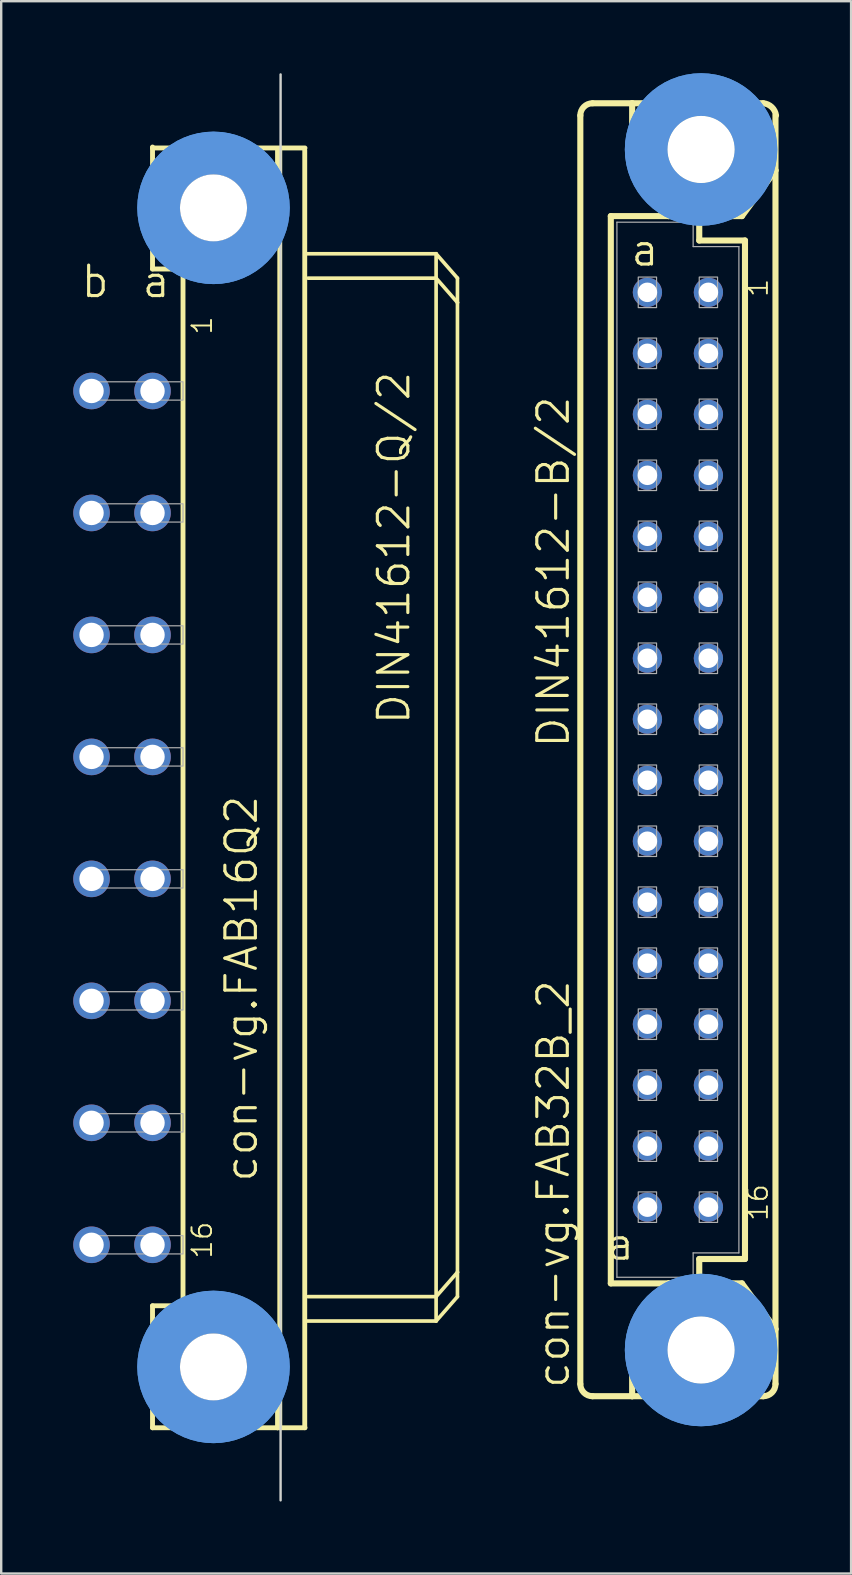
<source format=kicad_pcb>
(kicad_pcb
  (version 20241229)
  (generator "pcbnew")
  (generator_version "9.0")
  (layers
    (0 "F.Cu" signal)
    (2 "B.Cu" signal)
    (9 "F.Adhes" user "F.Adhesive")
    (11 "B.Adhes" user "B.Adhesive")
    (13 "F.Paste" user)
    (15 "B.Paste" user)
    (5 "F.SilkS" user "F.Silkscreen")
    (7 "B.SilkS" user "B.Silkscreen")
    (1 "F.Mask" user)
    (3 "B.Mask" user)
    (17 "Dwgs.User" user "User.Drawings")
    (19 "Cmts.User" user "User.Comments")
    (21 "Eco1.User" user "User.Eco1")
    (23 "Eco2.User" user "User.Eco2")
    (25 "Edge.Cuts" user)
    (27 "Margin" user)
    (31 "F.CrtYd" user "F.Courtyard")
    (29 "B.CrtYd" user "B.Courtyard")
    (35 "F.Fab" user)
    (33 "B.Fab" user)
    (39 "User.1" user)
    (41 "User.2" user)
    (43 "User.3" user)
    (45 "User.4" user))
  (footprint "con-vg.FAB32B_2"
    (layer "F.Cu")
    (at 25.183 28.175)
    (property "Reference" "con-vg.FAB32B_2" (at -4.445 26.67 90) (layer "F.SilkS") (effects (font (size 1.27 1.27) (thickness 0.13)) (justify left bottom)))
    (attr through_hole)
    (fp_line (start -4.064 26.416) (end -4.064 -26.416) (stroke (width 0.254) (type default)) (layer "F.SilkS"))
    (fp_line (start -3.556 26.924) (end -1.905 26.924) (stroke (width 0.254) (type default)) (layer "F.SilkS"))
    (fp_line (start -2.794 22.225) (end -2.794 -22.225) (stroke (width 0.254) (type default)) (layer "F.SilkS"))
    (fp_line (start -1.905 -26.924) (end -3.556 -26.924) (stroke (width 0.254) (type default)) (layer "F.SilkS"))
    (fp_line (start -1.905 -26.924) (end -1.905 -24.13) (stroke (width 0.254) (type default)) (layer "F.SilkS"))
    (fp_line (start -1.905 26.924) (end -1.905 24.13) (stroke (width 0.254) (type default)) (layer "F.SilkS"))
    (fp_line (start -1.905 26.924) (end 3.556 26.924) (stroke (width 0.254) (type default)) (layer "F.SilkS"))
    (fp_line (start -0.381 -22.225) (end -2.794 -22.225) (stroke (width 0.254) (type default)) (layer "F.SilkS"))
    (fp_line (start -0.381 -22.225) (end -1.905 -24.13) (stroke (width 0.254) (type default)) (layer "F.SilkS"))
    (fp_line (start -0.381 -22.225) (end 0.889 -22.225) (stroke (width 0.254) (type default)) (layer "F.SilkS"))
    (fp_line (start -0.381 22.225) (end -2.794 22.225) (stroke (width 0.254) (type default)) (layer "F.SilkS"))
    (fp_line (start -0.381 22.225) (end -1.905 24.13) (stroke (width 0.254) (type default)) (layer "F.SilkS"))
    (fp_line (start 0.889 -22.225) (end 2.667 -22.225) (stroke (width 0.254) (type default)) (layer "F.SilkS"))
    (fp_line (start 0.889 -21.209) (end 0.889 -22.225) (stroke (width 0.254) (type default)) (layer "F.SilkS"))
    (fp_line (start 0.889 21.209) (end 2.794 21.209) (stroke (width 0.254) (type default)) (layer "F.SilkS"))
    (fp_line (start 0.889 22.225) (end -0.381 22.225) (stroke (width 0.254) (type default)) (layer "F.SilkS"))
    (fp_line (start 0.889 22.225) (end 0.889 21.209) (stroke (width 0.254) (type default)) (layer "F.SilkS"))
    (fp_line (start 0.889 22.225) (end 2.667 22.225) (stroke (width 0.254) (type default)) (layer "F.SilkS"))
    (fp_line (start 2.667 -22.225) (end 4.064 -24.13) (stroke (width 0.254) (type default)) (layer "F.SilkS"))
    (fp_line (start 2.667 22.225) (end 4.064 24.13) (stroke (width 0.254) (type default)) (layer "F.SilkS"))
    (fp_line (start 2.794 -21.209) (end 0.889 -21.209) (stroke (width 0.254) (type default)) (layer "F.SilkS"))
    (fp_line (start 2.794 21.209) (end 2.794 -21.209) (stroke (width 0.254) (type default)) (layer "F.SilkS"))
    (fp_line (start 3.556 -26.924) (end -1.905 -26.924) (stroke (width 0.254) (type default)) (layer "F.SilkS"))
    (fp_line (start 4.064 -24.13) (end 4.064 -26.416) (stroke (width 0.254) (type default)) (layer "F.SilkS"))
    (fp_line (start 4.064 -24.13) (end 4.064 24.13) (stroke (width 0.254) (type default)) (layer "F.SilkS"))
    (fp_line (start 4.064 26.416) (end 4.064 24.13) (stroke (width 0.254) (type default)) (layer "F.SilkS"))
    (fp_arc (start -4.064 -26.416) (mid -3.91521 -26.77521) (end -3.556 -26.924) (stroke (width 0.254) (type default)) (layer "F.SilkS"))
    (fp_arc (start -3.556 26.924) (mid -3.91521 26.77521) (end -4.064 26.416) (stroke (width 0.254) (type default)) (layer "F.SilkS"))
    (fp_arc (start 3.556 -26.924) (mid 3.909437 -26.764315) (end 4.086 -26.419) (stroke (width 0.254) (type default)) (layer "F.SilkS"))
    (fp_arc (start 4.064 26.416) (mid 3.91521 26.77521) (end 3.556 26.924) (stroke (width 0.254) (type default)) (layer "F.SilkS"))
    (fp_circle (center 0.965 -25) (end 2.235 -25) (stroke (width 0.254) (type default)) (fill no) (layer "F.SilkS"))
    (fp_circle (center 0.965 25) (end 2.235 25) (stroke (width 0.254) (type default)) (fill no) (layer "F.SilkS"))
    (fp_circle (center 0.965 -25) (end 3.251 -25) (stroke (width 1.778) (type default)) (fill no) (layer "Cmts.User"))
    (fp_circle (center 0.965 -25) (end 3.251 -25) (stroke (width 1.778) (type default)) (fill no) (layer "Cmts.User"))
    (fp_circle (center 0.965 25) (end 3.251 25) (stroke (width 1.778) (type default)) (fill no) (layer "Cmts.User"))
    (fp_circle (center 0.965 25) (end 3.251 25) (stroke (width 1.778) (type default)) (fill no) (layer "Cmts.User"))
    (fp_line (start -2.54 -21.971) (end -2.54 21.971) (stroke (width 0.051) (type default)) (layer "F.Fab"))
    (fp_line (start 0.635 -21.971) (end -2.54 -21.971) (stroke (width 0.051) (type default)) (layer "F.Fab"))
    (fp_line (start 0.635 -20.955) (end 0.635 -21.971) (stroke (width 0.051) (type default)) (layer "F.Fab"))
    (fp_line (start 0.635 20.955) (end 0.635 21.971) (stroke (width 0.051) (type default)) (layer "F.Fab"))
    (fp_line (start 0.635 20.955) (end 2.54 20.955) (stroke (width 0.051) (type default)) (layer "F.Fab"))
    (fp_line (start 0.635 21.971) (end -2.54 21.971) (stroke (width 0.051) (type default)) (layer "F.Fab"))
    (fp_line (start 2.54 -20.955) (end 0.635 -20.955) (stroke (width 0.051) (type default)) (layer "F.Fab"))
    (fp_line (start 2.54 20.955) (end 2.54 -20.955) (stroke (width 0.051) (type default)) (layer "F.Fab"))
    (fp_rect (start -1.651 -18.415) (end -0.889 -19.685) (stroke (width 0.05) (type default)) (fill no) (layer "F.Fab"))
    (fp_rect (start -1.651 -15.875) (end -0.889 -17.145) (stroke (width 0.05) (type default)) (fill no) (layer "F.Fab"))
    (fp_rect (start -1.651 -13.335) (end -0.889 -14.605) (stroke (width 0.05) (type default)) (fill no) (layer "F.Fab"))
    (fp_rect (start -1.651 -10.795) (end -0.889 -12.065) (stroke (width 0.05) (type default)) (fill no) (layer "F.Fab"))
    (fp_rect (start -1.651 -8.255) (end -0.889 -9.525) (stroke (width 0.05) (type default)) (fill no) (layer "F.Fab"))
    (fp_rect (start -1.651 -5.715) (end -0.889 -6.985) (stroke (width 0.05) (type default)) (fill no) (layer "F.Fab"))
    (fp_rect (start -1.651 -3.175) (end -0.889 -4.445) (stroke (width 0.05) (type default)) (fill no) (layer "F.Fab"))
    (fp_rect (start -1.651 -0.635) (end -0.889 -1.905) (stroke (width 0.05) (type default)) (fill no) (layer "F.Fab"))
    (fp_rect (start -1.651 1.905) (end -0.889 0.635) (stroke (width 0.05) (type default)) (fill no) (layer "F.Fab"))
    (fp_rect (start -1.651 4.445) (end -0.889 3.175) (stroke (width 0.05) (type default)) (fill no) (layer "F.Fab"))
    (fp_rect (start -1.651 6.985) (end -0.889 5.715) (stroke (width 0.05) (type default)) (fill no) (layer "F.Fab"))
    (fp_rect (start -1.651 9.525) (end -0.889 8.255) (stroke (width 0.05) (type default)) (fill no) (layer "F.Fab"))
    (fp_rect (start -1.651 12.065) (end -0.889 10.795) (stroke (width 0.05) (type default)) (fill no) (layer "F.Fab"))
    (fp_rect (start -1.651 14.605) (end -0.889 13.335) (stroke (width 0.05) (type default)) (fill no) (layer "F.Fab"))
    (fp_rect (start -1.651 17.145) (end -0.889 15.875) (stroke (width 0.05) (type default)) (fill no) (layer "F.Fab"))
    (fp_rect (start -1.651 19.685) (end -0.889 18.415) (stroke (width 0.05) (type default)) (fill no) (layer "F.Fab"))
    (fp_rect (start 0.889 -18.415) (end 1.651 -19.685) (stroke (width 0.05) (type default)) (fill no) (layer "F.Fab"))
    (fp_rect (start 0.889 -15.875) (end 1.651 -17.145) (stroke (width 0.05) (type default)) (fill no) (layer "F.Fab"))
    (fp_rect (start 0.889 -13.335) (end 1.651 -14.605) (stroke (width 0.05) (type default)) (fill no) (layer "F.Fab"))
    (fp_rect (start 0.889 -10.795) (end 1.651 -12.065) (stroke (width 0.05) (type default)) (fill no) (layer "F.Fab"))
    (fp_rect (start 0.889 -8.255) (end 1.651 -9.525) (stroke (width 0.05) (type default)) (fill no) (layer "F.Fab"))
    (fp_rect (start 0.889 -5.715) (end 1.651 -6.985) (stroke (width 0.05) (type default)) (fill no) (layer "F.Fab"))
    (fp_rect (start 0.889 -3.175) (end 1.651 -4.445) (stroke (width 0.05) (type default)) (fill no) (layer "F.Fab"))
    (fp_rect (start 0.889 -0.635) (end 1.651 -1.905) (stroke (width 0.05) (type default)) (fill no) (layer "F.Fab"))
    (fp_rect (start 0.889 1.905) (end 1.651 0.635) (stroke (width 0.05) (type default)) (fill no) (layer "F.Fab"))
    (fp_rect (start 0.889 4.445) (end 1.651 3.175) (stroke (width 0.05) (type default)) (fill no) (layer "F.Fab"))
    (fp_rect (start 0.889 6.985) (end 1.651 5.715) (stroke (width 0.05) (type default)) (fill no) (layer "F.Fab"))
    (fp_rect (start 0.889 9.525) (end 1.651 8.255) (stroke (width 0.05) (type default)) (fill no) (layer "F.Fab"))
    (fp_rect (start 0.889 12.065) (end 1.651 10.795) (stroke (width 0.05) (type default)) (fill no) (layer "F.Fab"))
    (fp_rect (start 0.889 14.605) (end 1.651 13.335) (stroke (width 0.05) (type default)) (fill no) (layer "F.Fab"))
    (fp_rect (start 0.889 17.145) (end 1.651 15.875) (stroke (width 0.05) (type default)) (fill no) (layer "F.Fab"))
    (fp_rect (start 0.889 19.685) (end 1.651 18.415) (stroke (width 0.05) (type default)) (fill no) (layer "F.Fab"))
    (fp_text user "a " (at -3.051 21.336 0) (layer "F.SilkS") (effects (font (size 1.27 1.27) (thickness 0.13)) (justify left bottom)))
    (fp_text user "16" (at 3.81 19.685 90) (layer "F.SilkS") (effects (font (size 0.813 0.813) (thickness 0.08)) (justify left bottom)))
    (fp_text user "1" (at 3.81 -18.796 90) (layer "F.SilkS") (effects (font (size 0.813 0.813) (thickness 0.08)) (justify left bottom)))
    (fp_text user "a" (at -2.032 -20.066 0) (layer "F.SilkS") (effects (font (size 1.27 1.27) (thickness 0.13)) (justify left bottom)))
    (fp_text user "DIN41612-B/2" (at -4.445 0 90) (layer "F.SilkS") (effects (font (size 1.27 1.27) (thickness 0.13)) (justify left bottom)))
    (pad "" np_thru_hole circle (at 0.965 -25) (size 2.794 2.794) (drill 2.794) (layers "*.Cu" "*.Mask"))
    (pad "" np_thru_hole circle (at 0.965 25) (size 2.794 2.794) (drill 2.794) (layers "*.Cu" "*.Mask"))
    (pad "A1" thru_hole circle (at -1.27 -19.05) (size 1.219 1.219) (drill 0.813) (layers "*.Cu" "*.Mask"))
    (pad "A2" thru_hole circle (at -1.27 -16.51) (size 1.219 1.219) (drill 0.813) (layers "*.Cu" "*.Mask"))
    (pad "A3" thru_hole circle (at -1.27 -13.97) (size 1.219 1.219) (drill 0.813) (layers "*.Cu" "*.Mask"))
    (pad "A4" thru_hole circle (at -1.27 -11.43) (size 1.219 1.219) (drill 0.813) (layers "*.Cu" "*.Mask"))
    (pad "A5" thru_hole circle (at -1.27 -8.89) (size 1.219 1.219) (drill 0.813) (layers "*.Cu" "*.Mask"))
    (pad "A6" thru_hole circle (at -1.27 -6.35) (size 1.219 1.219) (drill 0.813) (layers "*.Cu" "*.Mask"))
    (pad "A7" thru_hole circle (at -1.27 -3.81) (size 1.219 1.219) (drill 0.813) (layers "*.Cu" "*.Mask"))
    (pad "A8" thru_hole circle (at -1.27 -1.27) (size 1.219 1.219) (drill 0.813) (layers "*.Cu" "*.Mask"))
    (pad "A9" thru_hole circle (at -1.27 1.27) (size 1.219 1.219) (drill 0.813) (layers "*.Cu" "*.Mask"))
    (pad "A10" thru_hole circle (at -1.27 3.81) (size 1.219 1.219) (drill 0.813) (layers "*.Cu" "*.Mask"))
    (pad "A11" thru_hole circle (at -1.27 6.35) (size 1.219 1.219) (drill 0.813) (layers "*.Cu" "*.Mask"))
    (pad "A12" thru_hole circle (at -1.27 8.89) (size 1.219 1.219) (drill 0.813) (layers "*.Cu" "*.Mask"))
    (pad "A13" thru_hole circle (at -1.27 11.43) (size 1.219 1.219) (drill 0.813) (layers "*.Cu" "*.Mask"))
    (pad "A14" thru_hole circle (at -1.27 13.97) (size 1.219 1.219) (drill 0.813) (layers "*.Cu" "*.Mask"))
    (pad "A15" thru_hole circle (at -1.27 16.51) (size 1.219 1.219) (drill 0.813) (layers "*.Cu" "*.Mask"))
    (pad "A16" thru_hole circle (at -1.27 19.05) (size 1.219 1.219) (drill 0.813) (layers "*.Cu" "*.Mask"))
    (pad "B1" thru_hole circle (at 1.27 -19.05) (size 1.219 1.219) (drill 0.813) (layers "*.Cu" "*.Mask"))
    (pad "B2" thru_hole circle (at 1.27 -16.51) (size 1.219 1.219) (drill 0.813) (layers "*.Cu" "*.Mask"))
    (pad "B3" thru_hole circle (at 1.27 -13.97) (size 1.219 1.219) (drill 0.813) (layers "*.Cu" "*.Mask"))
    (pad "B4" thru_hole circle (at 1.27 -11.43) (size 1.219 1.219) (drill 0.813) (layers "*.Cu" "*.Mask"))
    (pad "B5" thru_hole circle (at 1.27 -8.89) (size 1.219 1.219) (drill 0.813) (layers "*.Cu" "*.Mask"))
    (pad "B6" thru_hole circle (at 1.27 -6.35) (size 1.219 1.219) (drill 0.813) (layers "*.Cu" "*.Mask"))
    (pad "B7" thru_hole circle (at 1.27 -3.81) (size 1.219 1.219) (drill 0.813) (layers "*.Cu" "*.Mask"))
    (pad "B8" thru_hole circle (at 1.27 -1.27) (size 1.219 1.219) (drill 0.813) (layers "*.Cu" "*.Mask"))
    (pad "B9" thru_hole circle (at 1.27 1.27) (size 1.219 1.219) (drill 0.813) (layers "*.Cu" "*.Mask"))
    (pad "B10" thru_hole circle (at 1.27 3.81) (size 1.219 1.219) (drill 0.813) (layers "*.Cu" "*.Mask"))
    (pad "B11" thru_hole circle (at 1.27 6.35) (size 1.219 1.219) (drill 0.813) (layers "*.Cu" "*.Mask"))
    (pad "B12" thru_hole circle (at 1.27 8.89) (size 1.219 1.219) (drill 0.813) (layers "*.Cu" "*.Mask"))
    (pad "B13" thru_hole circle (at 1.27 11.43) (size 1.219 1.219) (drill 0.813) (layers "*.Cu" "*.Mask"))
    (pad "B14" thru_hole circle (at 1.27 13.97) (size 1.219 1.219) (drill 0.813) (layers "*.Cu" "*.Mask"))
    (pad "B15" thru_hole circle (at 1.27 16.51) (size 1.219 1.219) (drill 0.813) (layers "*.Cu" "*.Mask"))
    (pad "B16" thru_hole circle (at 1.27 19.05) (size 1.219 1.219) (drill 0.813) (layers "*.Cu" "*.Mask")))
  (footprint "con-vg.FAB16Q2"
    (layer "F.Cu")
    (at 5.842 29.743)
    (property "Reference" "con-vg.FAB16Q2" (at 1.905 16.51 90) (layer "F.SilkS") (effects (font (size 1.27 1.27) (thickness 0.13)) (justify left bottom)))
    (attr through_hole)
    (fp_line (start -2.54 -26.67) (end -2.54 -26.63) (stroke (width 0.203) (type default)) (layer "F.SilkS"))
    (fp_line (start -2.54 -26.63) (end -2.54 -21.59) (stroke (width 0.203) (type default)) (layer "F.SilkS"))
    (fp_line (start -2.54 -26.63) (end 3.81 -26.63) (stroke (width 0.203) (type default)) (layer "F.SilkS"))
    (fp_line (start -2.54 -21.59) (end -1.27 -21.59) (stroke (width 0.203) (type default)) (layer "F.SilkS"))
    (fp_line (start -2.54 21.59) (end -1.27 21.59) (stroke (width 0.203) (type default)) (layer "F.SilkS"))
    (fp_line (start -2.54 26.67) (end -2.54 21.59) (stroke (width 0.203) (type default)) (layer "F.SilkS"))
    (fp_line (start -2.54 26.67) (end 2.667 26.67) (stroke (width 0.203) (type default)) (layer "F.SilkS"))
    (fp_line (start -1.27 -21.59) (end -1.27 21.59) (stroke (width 0.203) (type default)) (layer "F.SilkS"))
    (fp_line (start -1.27 -21.59) (end 1.27 -21.59) (stroke (width 0.203) (type default)) (layer "F.SilkS"))
    (fp_line (start -1.27 21.59) (end 1.27 21.59) (stroke (width 0.203) (type default)) (layer "F.SilkS"))
    (fp_line (start 1.27 -21.59) (end 2.667 -22.86) (stroke (width 0.203) (type default)) (layer "F.SilkS"))
    (fp_line (start 1.27 21.59) (end 2.667 22.86) (stroke (width 0.203) (type default)) (layer "F.SilkS"))
    (fp_line (start 2.667 -22.86) (end 2.667 -26.543) (stroke (width 0.203) (type default)) (layer "F.SilkS"))
    (fp_line (start 2.667 22.86) (end 2.667 26.67) (stroke (width 0.203) (type default)) (layer "F.SilkS"))
    (fp_line (start 2.667 26.67) (end 3.81 26.67) (stroke (width 0.203) (type default)) (layer "F.SilkS"))
    (fp_line (start 2.76 -26.54) (end 2.76 26.667) (stroke (width 0.203) (type default)) (layer "F.SilkS"))
    (fp_line (start 3.8 26.667) (end 3.8 -26.54) (stroke (width 0.203) (type default)) (layer "F.SilkS"))
    (fp_line (start 3.81 -22.225) (end 9.271 -22.225) (stroke (width 0.152) (type default)) (layer "F.SilkS"))
    (fp_line (start 3.937 21.209) (end 9.271 21.209) (stroke (width 0.152) (type default)) (layer "F.SilkS"))
    (fp_line (start 9.271 -21.209) (end 3.937 -21.209) (stroke (width 0.152) (type default)) (layer "F.SilkS"))
    (fp_line (start 9.271 -21.209) (end 9.271 -22.225) (stroke (width 0.152) (type default)) (layer "F.SilkS"))
    (fp_line (start 9.271 21.209) (end 9.271 -21.209) (stroke (width 0.152) (type default)) (layer "F.SilkS"))
    (fp_line (start 9.271 21.209) (end 10.16 20.193) (stroke (width 0.152) (type default)) (layer "F.SilkS"))
    (fp_line (start 9.271 22.225) (end 3.81 22.225) (stroke (width 0.152) (type default)) (layer "F.SilkS"))
    (fp_line (start 9.271 22.225) (end 9.271 21.209) (stroke (width 0.152) (type default)) (layer "F.SilkS"))
    (fp_line (start 9.271 22.225) (end 10.16 21.209) (stroke (width 0.152) (type default)) (layer "F.SilkS"))
    (fp_line (start 10.16 -21.209) (end 9.271 -22.225) (stroke (width 0.152) (type default)) (layer "F.SilkS"))
    (fp_line (start 10.16 -20.193) (end 9.271 -21.209) (stroke (width 0.152) (type default)) (layer "F.SilkS"))
    (fp_line (start 10.16 -20.193) (end 10.16 -21.209) (stroke (width 0.152) (type default)) (layer "F.SilkS"))
    (fp_line (start 10.16 20.193) (end 10.16 -20.193) (stroke (width 0.152) (type default)) (layer "F.SilkS"))
    (fp_line (start 10.16 21.209) (end 10.16 20.193) (stroke (width 0.152) (type default)) (layer "F.SilkS"))
    (fp_circle (center 0 -24.136) (end 1.27 -24.136) (stroke (width 0.152) (type default)) (fill no) (layer "F.SilkS"))
    (fp_circle (center 0 24.136) (end 1.27 24.136) (stroke (width 0.152) (type default)) (fill no) (layer "F.SilkS"))
    (fp_circle (center 0 -24.136) (end 2.286 -24.136) (stroke (width 1.778) (type default)) (fill no) (layer "Cmts.User"))
    (fp_circle (center 0 -24.136) (end 2.286 -24.136) (stroke (width 1.778) (type default)) (fill no) (layer "Cmts.User"))
    (fp_circle (center 0 24.136) (end 2.286 24.136) (stroke (width 1.778) (type default)) (fill no) (layer "Cmts.User"))
    (fp_circle (center 0 24.136) (end 2.286 24.136) (stroke (width 1.778) (type default)) (fill no) (layer "Cmts.User"))
    (fp_line (start 2.794 29.693) (end 2.794 -29.693) (stroke (width 0.1) (type default)) (layer "Edge.Cuts"))
    (fp_rect (start -5.334 -16.129) (end -1.27 -16.891) (stroke (width 0.05) (type default)) (fill no) (layer "F.Fab"))
    (fp_rect (start -5.334 -11.049) (end -1.27 -11.811) (stroke (width 0.05) (type default)) (fill no) (layer "F.Fab"))
    (fp_rect (start -5.334 -5.969) (end -1.27 -6.731) (stroke (width 0.05) (type default)) (fill no) (layer "F.Fab"))
    (fp_rect (start -5.334 -0.889) (end -1.27 -1.651) (stroke (width 0.05) (type default)) (fill no) (layer "F.Fab"))
    (fp_rect (start -5.334 4.191) (end -1.27 3.429) (stroke (width 0.05) (type default)) (fill no) (layer "F.Fab"))
    (fp_rect (start -5.334 9.271) (end -1.27 8.509) (stroke (width 0.05) (type default)) (fill no) (layer "F.Fab"))
    (fp_rect (start -5.334 14.351) (end -1.27 13.589) (stroke (width 0.05) (type default)) (fill no) (layer "F.Fab"))
    (fp_rect (start -5.334 19.431) (end -1.27 18.669) (stroke (width 0.05) (type default)) (fill no) (layer "F.Fab"))
    (fp_text user "b" (at -5.588 -20.32 0) (layer "F.SilkS") (effects (font (size 1.27 1.27) (thickness 0.13)) (justify left bottom)))
    (fp_text user "DIN41612-Q/2" (at 8.255 -2.54 90) (layer "F.SilkS") (effects (font (size 1.27 1.27) (thickness 0.13)) (justify left bottom)))
    (fp_text user "a" (at -3.048 -20.32 0) (layer "F.SilkS") (effects (font (size 1.27 1.27) (thickness 0.13)) (justify left bottom)))
    (fp_text user "16" (at 0 19.685 90) (layer "F.SilkS") (effects (font (size 0.813 0.813) (thickness 0.08)) (justify left bottom)))
    (fp_text user "1" (at 0 -18.796 90) (layer "F.SilkS") (effects (font (size 0.813 0.813) (thickness 0.08)) (justify left bottom)))
    (pad "" np_thru_hole circle (at 0 -24.136) (size 2.794 2.794) (drill 2.794) (layers "*.Cu" "*.Mask"))
    (pad "" np_thru_hole circle (at 0 24.136) (size 2.794 2.794) (drill 2.794) (layers "*.Cu" "*.Mask"))
    (pad "A2" thru_hole circle (at -2.54 -16.51) (size 1.524 1.524) (drill 1.016) (layers "*.Cu" "*.Mask"))
    (pad "A4" thru_hole circle (at -2.54 -11.43) (size 1.524 1.524) (drill 1.016) (layers "*.Cu" "*.Mask"))
    (pad "A6" thru_hole circle (at -2.54 -6.35) (size 1.524 1.524) (drill 1.016) (layers "*.Cu" "*.Mask"))
    (pad "A8" thru_hole circle (at -2.54 -1.27) (size 1.524 1.524) (drill 1.016) (layers "*.Cu" "*.Mask"))
    (pad "A10" thru_hole circle (at -2.54 3.81) (size 1.524 1.524) (drill 1.016) (layers "*.Cu" "*.Mask"))
    (pad "A12" thru_hole circle (at -2.54 8.89) (size 1.524 1.524) (drill 1.016) (layers "*.Cu" "*.Mask"))
    (pad "A14" thru_hole circle (at -2.54 13.97) (size 1.524 1.524) (drill 1.016) (layers "*.Cu" "*.Mask"))
    (pad "A16" thru_hole circle (at -2.54 19.05) (size 1.524 1.524) (drill 1.016) (layers "*.Cu" "*.Mask"))
    (pad "B2" thru_hole circle (at -5.08 -16.51) (size 1.524 1.524) (drill 1.016) (layers "*.Cu" "*.Mask"))
    (pad "B4" thru_hole circle (at -5.08 -11.43) (size 1.524 1.524) (drill 1.016) (layers "*.Cu" "*.Mask"))
    (pad "B6" thru_hole circle (at -5.08 -6.35) (size 1.524 1.524) (drill 1.016) (layers "*.Cu" "*.Mask"))
    (pad "B8" thru_hole circle (at -5.08 -1.27) (size 1.524 1.524) (drill 1.016) (layers "*.Cu" "*.Mask"))
    (pad "B10" thru_hole circle (at -5.08 3.81) (size 1.524 1.524) (drill 1.016) (layers "*.Cu" "*.Mask"))
    (pad "B12" thru_hole circle (at -5.08 8.89) (size 1.524 1.524) (drill 1.016) (layers "*.Cu" "*.Mask"))
    (pad "B14" thru_hole circle (at -5.08 13.97) (size 1.524 1.524) (drill 1.016) (layers "*.Cu" "*.Mask"))
    (pad "B16" thru_hole circle (at -5.08 19.05) (size 1.524 1.524) (drill 1.016) (layers "*.Cu" "*.Mask")))
  (gr_rect
    (start -3 -3)
    (end 32.396 62.485)
    (stroke (width 0.1) (type default))
    (fill no)
    (layer "Edge.Cuts")))
</source>
